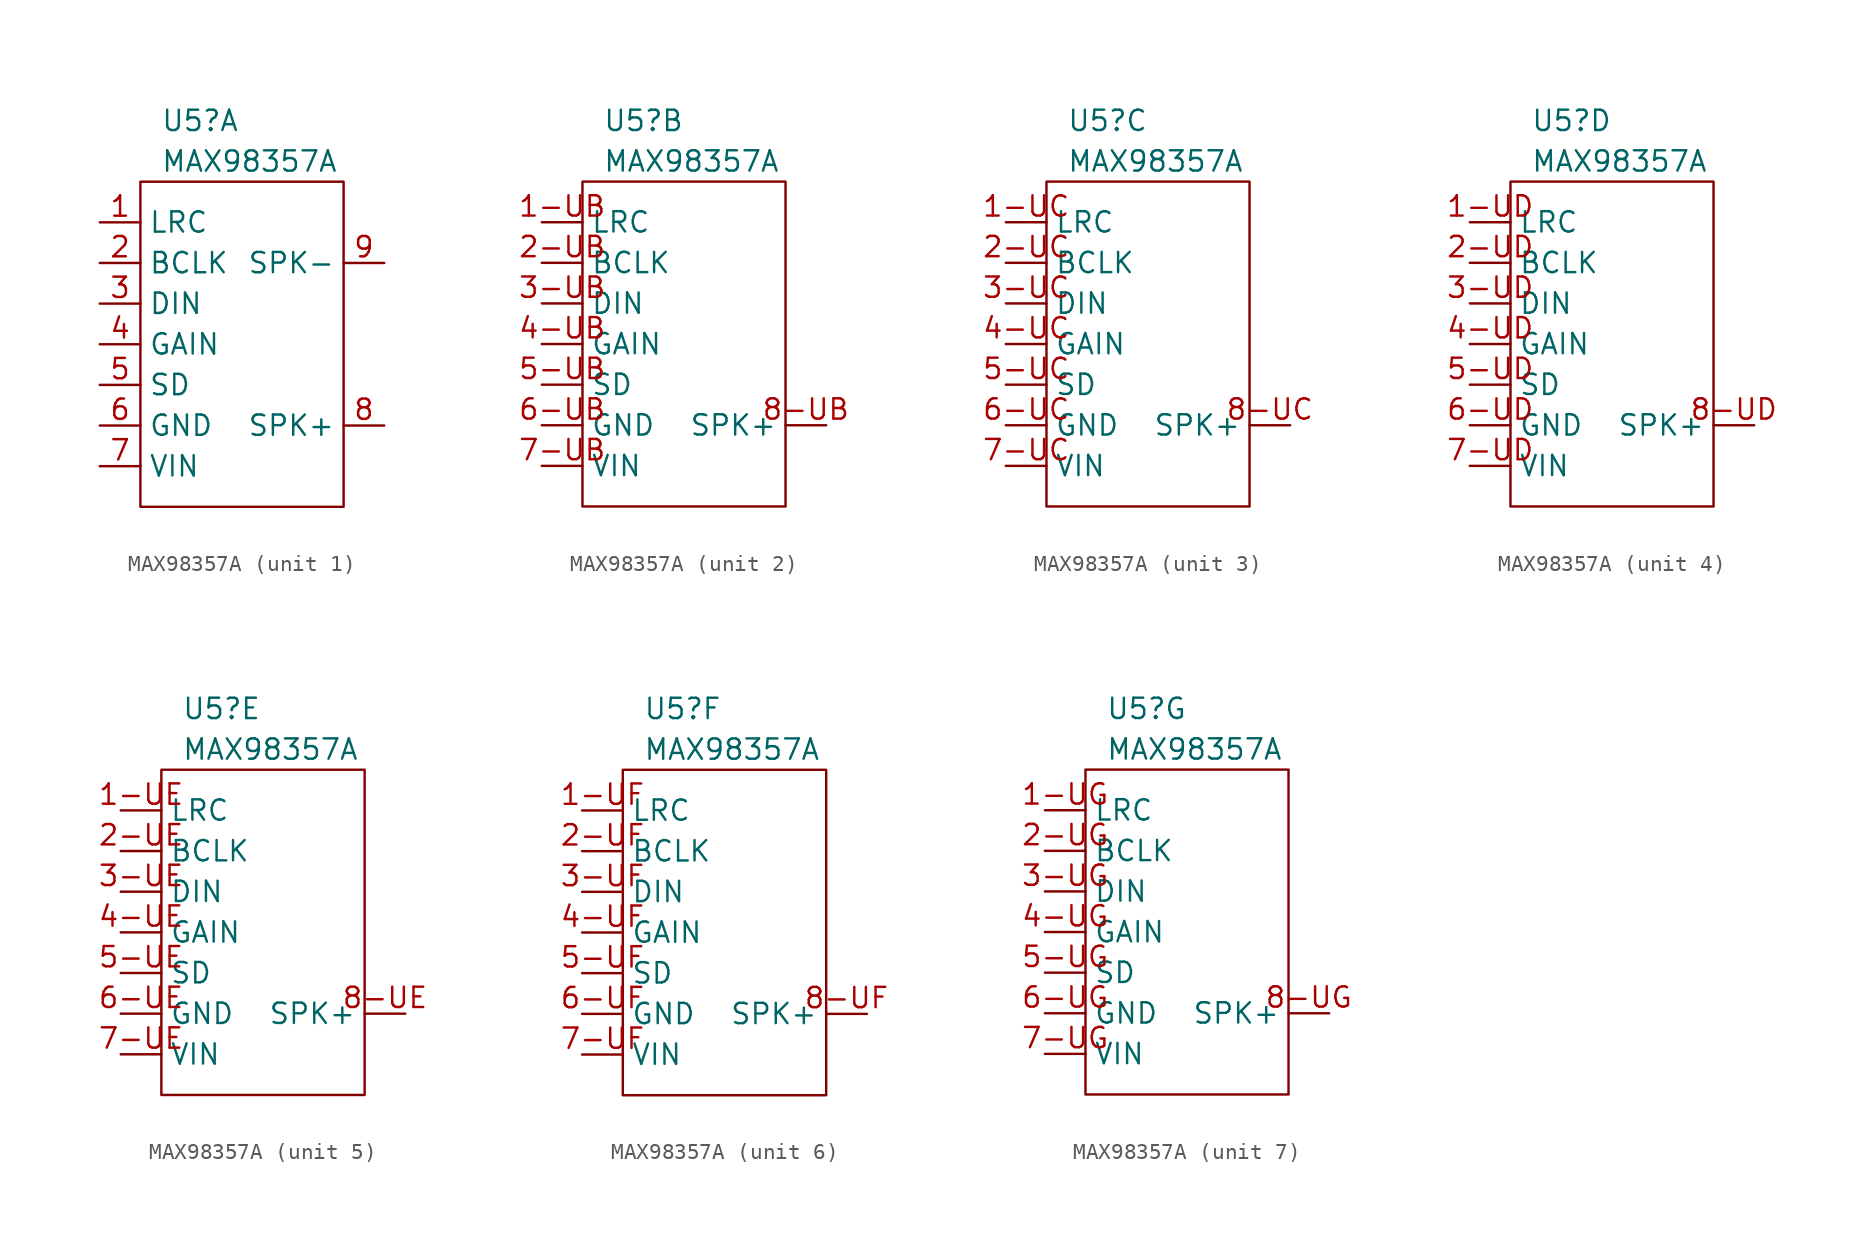
<source format=kicad_sym>
(kicad_symbol_lib
  (version 20211014)
  (generator kicad_symbol_editor)
  (symbol "MAX98357A"
    (property "Reference" "U5"
      (at -3.81 1.27 0)
      (effects (font (size 1.27 1.27)) (justify left)))
    (property "Value" "MAX98357A"
      (at -3.81 -1.27 0)
      (effects (font (size 1.27 1.27)) (justify left)))
    (symbol "MAX98357A_0_1"
      (rectangle (start -5.08 -2.54) (end 7.62 -22.86) (stroke (width 0.152) (type default) (color 0 0 0 0)) (fill (type none))))
    (symbol "MAX98357A_1_1"
      (pin input line (at -7.62 -5.08 0) (length 2.54) (name "LRC" (effects (font (size 1.27 1.27)))) (number "1" (effects (font (size 1.27 1.27)))))
      (pin input line (at -7.62 -7.62 0) (length 2.54) (name "BCLK" (effects (font (size 1.27 1.27)))) (number "2" (effects (font (size 1.27 1.27)))))
      (pin input line (at -7.62 -10.16 0) (length 2.54) (name "DIN" (effects (font (size 1.27 1.27)))) (number "3" (effects (font (size 1.27 1.27)))))
      (pin input line (at -7.62 -12.7 0) (length 2.54) (name "GAIN" (effects (font (size 1.27 1.27)))) (number "4" (effects (font (size 1.27 1.27)))))
      (pin input line (at -7.62 -15.24 0) (length 2.54) (name "SD" (effects (font (size 1.27 1.27)))) (number "5" (effects (font (size 1.27 1.27)))))
      (pin power_in line (at -7.62 -17.78 0) (length 2.54) (name "GND" (effects (font (size 1.27 1.27)))) (number "6" (effects (font (size 1.27 1.27)))))
      (pin power_in line (at -7.62 -20.32 0) (length 2.54) (name "VIN" (effects (font (size 1.27 1.27)))) (number "7" (effects (font (size 1.27 1.27)))))
      (pin output line (at 10.16 -17.78 180) (length 2.54) (name "SPK+" (effects (font (size 1.27 1.27)))) (number "8" (effects (font (size 1.27 1.27)))))
      (pin output line (at 10.16 -7.62 180) (length 2.54) (name "SPK-" (effects (font (size 1.27 1.27)))) (number "9" (effects (font (size 1.27 1.27))))))
    (symbol "MAX98357A_2_1"
      (pin input line (at -7.62 -5.08 0) (length 2.54) (name "LRC" (effects (font (size 1.27 1.27)))) (number "1-UB" (effects (font (size 1.27 1.27)))))
      (pin input line (at -7.62 -7.62 0) (length 2.54) (name "BCLK" (effects (font (size 1.27 1.27)))) (number "2-UB" (effects (font (size 1.27 1.27)))))
      (pin input line (at -7.62 -10.16 0) (length 2.54) (name "DIN" (effects (font (size 1.27 1.27)))) (number "3-UB" (effects (font (size 1.27 1.27)))))
      (pin input line (at -7.62 -12.7 0) (length 2.54) (name "GAIN" (effects (font (size 1.27 1.27)))) (number "4-UB" (effects (font (size 1.27 1.27)))))
      (pin input line (at -7.62 -15.24 0) (length 2.54) (name "SD" (effects (font (size 1.27 1.27)))) (number "5-UB" (effects (font (size 1.27 1.27)))))
      (pin power_in line (at -7.62 -17.78 0) (length 2.54) (name "GND" (effects (font (size 1.27 1.27)))) (number "6-UB" (effects (font (size 1.27 1.27)))))
      (pin power_in line (at -7.62 -20.32 0) (length 2.54) (name "VIN" (effects (font (size 1.27 1.27)))) (number "7-UB" (effects (font (size 1.27 1.27)))))
      (pin output line (at 10.16 -17.78 180) (length 2.54) (name "SPK+" (effects (font (size 1.27 1.27)))) (number "8-UB" (effects (font (size 1.27 1.27))))))
    (symbol "MAX98357A_3_1"
      (pin input line (at -7.62 -5.08 0) (length 2.54) (name "LRC" (effects (font (size 1.27 1.27)))) (number "1-UC" (effects (font (size 1.27 1.27)))))
      (pin input line (at -7.62 -7.62 0) (length 2.54) (name "BCLK" (effects (font (size 1.27 1.27)))) (number "2-UC" (effects (font (size 1.27 1.27)))))
      (pin input line (at -7.62 -10.16 0) (length 2.54) (name "DIN" (effects (font (size 1.27 1.27)))) (number "3-UC" (effects (font (size 1.27 1.27)))))
      (pin input line (at -7.62 -12.7 0) (length 2.54) (name "GAIN" (effects (font (size 1.27 1.27)))) (number "4-UC" (effects (font (size 1.27 1.27)))))
      (pin input line (at -7.62 -15.24 0) (length 2.54) (name "SD" (effects (font (size 1.27 1.27)))) (number "5-UC" (effects (font (size 1.27 1.27)))))
      (pin power_in line (at -7.62 -17.78 0) (length 2.54) (name "GND" (effects (font (size 1.27 1.27)))) (number "6-UC" (effects (font (size 1.27 1.27)))))
      (pin power_in line (at -7.62 -20.32 0) (length 2.54) (name "VIN" (effects (font (size 1.27 1.27)))) (number "7-UC" (effects (font (size 1.27 1.27)))))
      (pin output line (at 10.16 -17.78 180) (length 2.54) (name "SPK+" (effects (font (size 1.27 1.27)))) (number "8-UC" (effects (font (size 1.27 1.27))))))
    (symbol "MAX98357A_4_1"
      (pin input line (at -7.62 -5.08 0) (length 2.54) (name "LRC" (effects (font (size 1.27 1.27)))) (number "1-UD" (effects (font (size 1.27 1.27)))))
      (pin input line (at -7.62 -7.62 0) (length 2.54) (name "BCLK" (effects (font (size 1.27 1.27)))) (number "2-UD" (effects (font (size 1.27 1.27)))))
      (pin input line (at -7.62 -10.16 0) (length 2.54) (name "DIN" (effects (font (size 1.27 1.27)))) (number "3-UD" (effects (font (size 1.27 1.27)))))
      (pin input line (at -7.62 -12.7 0) (length 2.54) (name "GAIN" (effects (font (size 1.27 1.27)))) (number "4-UD" (effects (font (size 1.27 1.27)))))
      (pin input line (at -7.62 -15.24 0) (length 2.54) (name "SD" (effects (font (size 1.27 1.27)))) (number "5-UD" (effects (font (size 1.27 1.27)))))
      (pin power_in line (at -7.62 -17.78 0) (length 2.54) (name "GND" (effects (font (size 1.27 1.27)))) (number "6-UD" (effects (font (size 1.27 1.27)))))
      (pin power_in line (at -7.62 -20.32 0) (length 2.54) (name "VIN" (effects (font (size 1.27 1.27)))) (number "7-UD" (effects (font (size 1.27 1.27)))))
      (pin output line (at 10.16 -17.78 180) (length 2.54) (name "SPK+" (effects (font (size 1.27 1.27)))) (number "8-UD" (effects (font (size 1.27 1.27))))))
    (symbol "MAX98357A_5_1"
      (pin input line (at -7.62 -5.08 0) (length 2.54) (name "LRC" (effects (font (size 1.27 1.27)))) (number "1-UE" (effects (font (size 1.27 1.27)))))
      (pin input line (at -7.62 -7.62 0) (length 2.54) (name "BCLK" (effects (font (size 1.27 1.27)))) (number "2-UE" (effects (font (size 1.27 1.27)))))
      (pin input line (at -7.62 -10.16 0) (length 2.54) (name "DIN" (effects (font (size 1.27 1.27)))) (number "3-UE" (effects (font (size 1.27 1.27)))))
      (pin input line (at -7.62 -12.7 0) (length 2.54) (name "GAIN" (effects (font (size 1.27 1.27)))) (number "4-UE" (effects (font (size 1.27 1.27)))))
      (pin input line (at -7.62 -15.24 0) (length 2.54) (name "SD" (effects (font (size 1.27 1.27)))) (number "5-UE" (effects (font (size 1.27 1.27)))))
      (pin power_in line (at -7.62 -17.78 0) (length 2.54) (name "GND" (effects (font (size 1.27 1.27)))) (number "6-UE" (effects (font (size 1.27 1.27)))))
      (pin power_in line (at -7.62 -20.32 0) (length 2.54) (name "VIN" (effects (font (size 1.27 1.27)))) (number "7-UE" (effects (font (size 1.27 1.27)))))
      (pin output line (at 10.16 -17.78 180) (length 2.54) (name "SPK+" (effects (font (size 1.27 1.27)))) (number "8-UE" (effects (font (size 1.27 1.27))))))
    (symbol "MAX98357A_6_1"
      (pin input line (at -7.62 -5.08 0) (length 2.54) (name "LRC" (effects (font (size 1.27 1.27)))) (number "1-UF" (effects (font (size 1.27 1.27)))))
      (pin input line (at -7.62 -7.62 0) (length 2.54) (name "BCLK" (effects (font (size 1.27 1.27)))) (number "2-UF" (effects (font (size 1.27 1.27)))))
      (pin input line (at -7.62 -10.16 0) (length 2.54) (name "DIN" (effects (font (size 1.27 1.27)))) (number "3-UF" (effects (font (size 1.27 1.27)))))
      (pin input line (at -7.62 -12.7 0) (length 2.54) (name "GAIN" (effects (font (size 1.27 1.27)))) (number "4-UF" (effects (font (size 1.27 1.27)))))
      (pin input line (at -7.62 -15.24 0) (length 2.54) (name "SD" (effects (font (size 1.27 1.27)))) (number "5-UF" (effects (font (size 1.27 1.27)))))
      (pin power_in line (at -7.62 -17.78 0) (length 2.54) (name "GND" (effects (font (size 1.27 1.27)))) (number "6-UF" (effects (font (size 1.27 1.27)))))
      (pin power_in line (at -7.62 -20.32 0) (length 2.54) (name "VIN" (effects (font (size 1.27 1.27)))) (number "7-UF" (effects (font (size 1.27 1.27)))))
      (pin output line (at 10.16 -17.78 180) (length 2.54) (name "SPK+" (effects (font (size 1.27 1.27)))) (number "8-UF" (effects (font (size 1.27 1.27))))))
    (symbol "MAX98357A_7_1"
      (pin input line (at -7.62 -5.08 0) (length 2.54) (name "LRC" (effects (font (size 1.27 1.27)))) (number "1-UG" (effects (font (size 1.27 1.27)))))
      (pin input line (at -7.62 -7.62 0) (length 2.54) (name "BCLK" (effects (font (size 1.27 1.27)))) (number "2-UG" (effects (font (size 1.27 1.27)))))
      (pin input line (at -7.62 -10.16 0) (length 2.54) (name "DIN" (effects (font (size 1.27 1.27)))) (number "3-UG" (effects (font (size 1.27 1.27)))))
      (pin input line (at -7.62 -12.7 0) (length 2.54) (name "GAIN" (effects (font (size 1.27 1.27)))) (number "4-UG" (effects (font (size 1.27 1.27)))))
      (pin input line (at -7.62 -15.24 0) (length 2.54) (name "SD" (effects (font (size 1.27 1.27)))) (number "5-UG" (effects (font (size 1.27 1.27)))))
      (pin power_in line (at -7.62 -17.78 0) (length 2.54) (name "GND" (effects (font (size 1.27 1.27)))) (number "6-UG" (effects (font (size 1.27 1.27)))))
      (pin power_in line (at -7.62 -20.32 0) (length 2.54) (name "VIN" (effects (font (size 1.27 1.27)))) (number "7-UG" (effects (font (size 1.27 1.27)))))
      (pin output line (at 10.16 -17.78 180) (length 2.54) (name "SPK+" (effects (font (size 1.27 1.27)))) (number "8-UG" (effects (font (size 1.27 1.27))))))))
</source>
